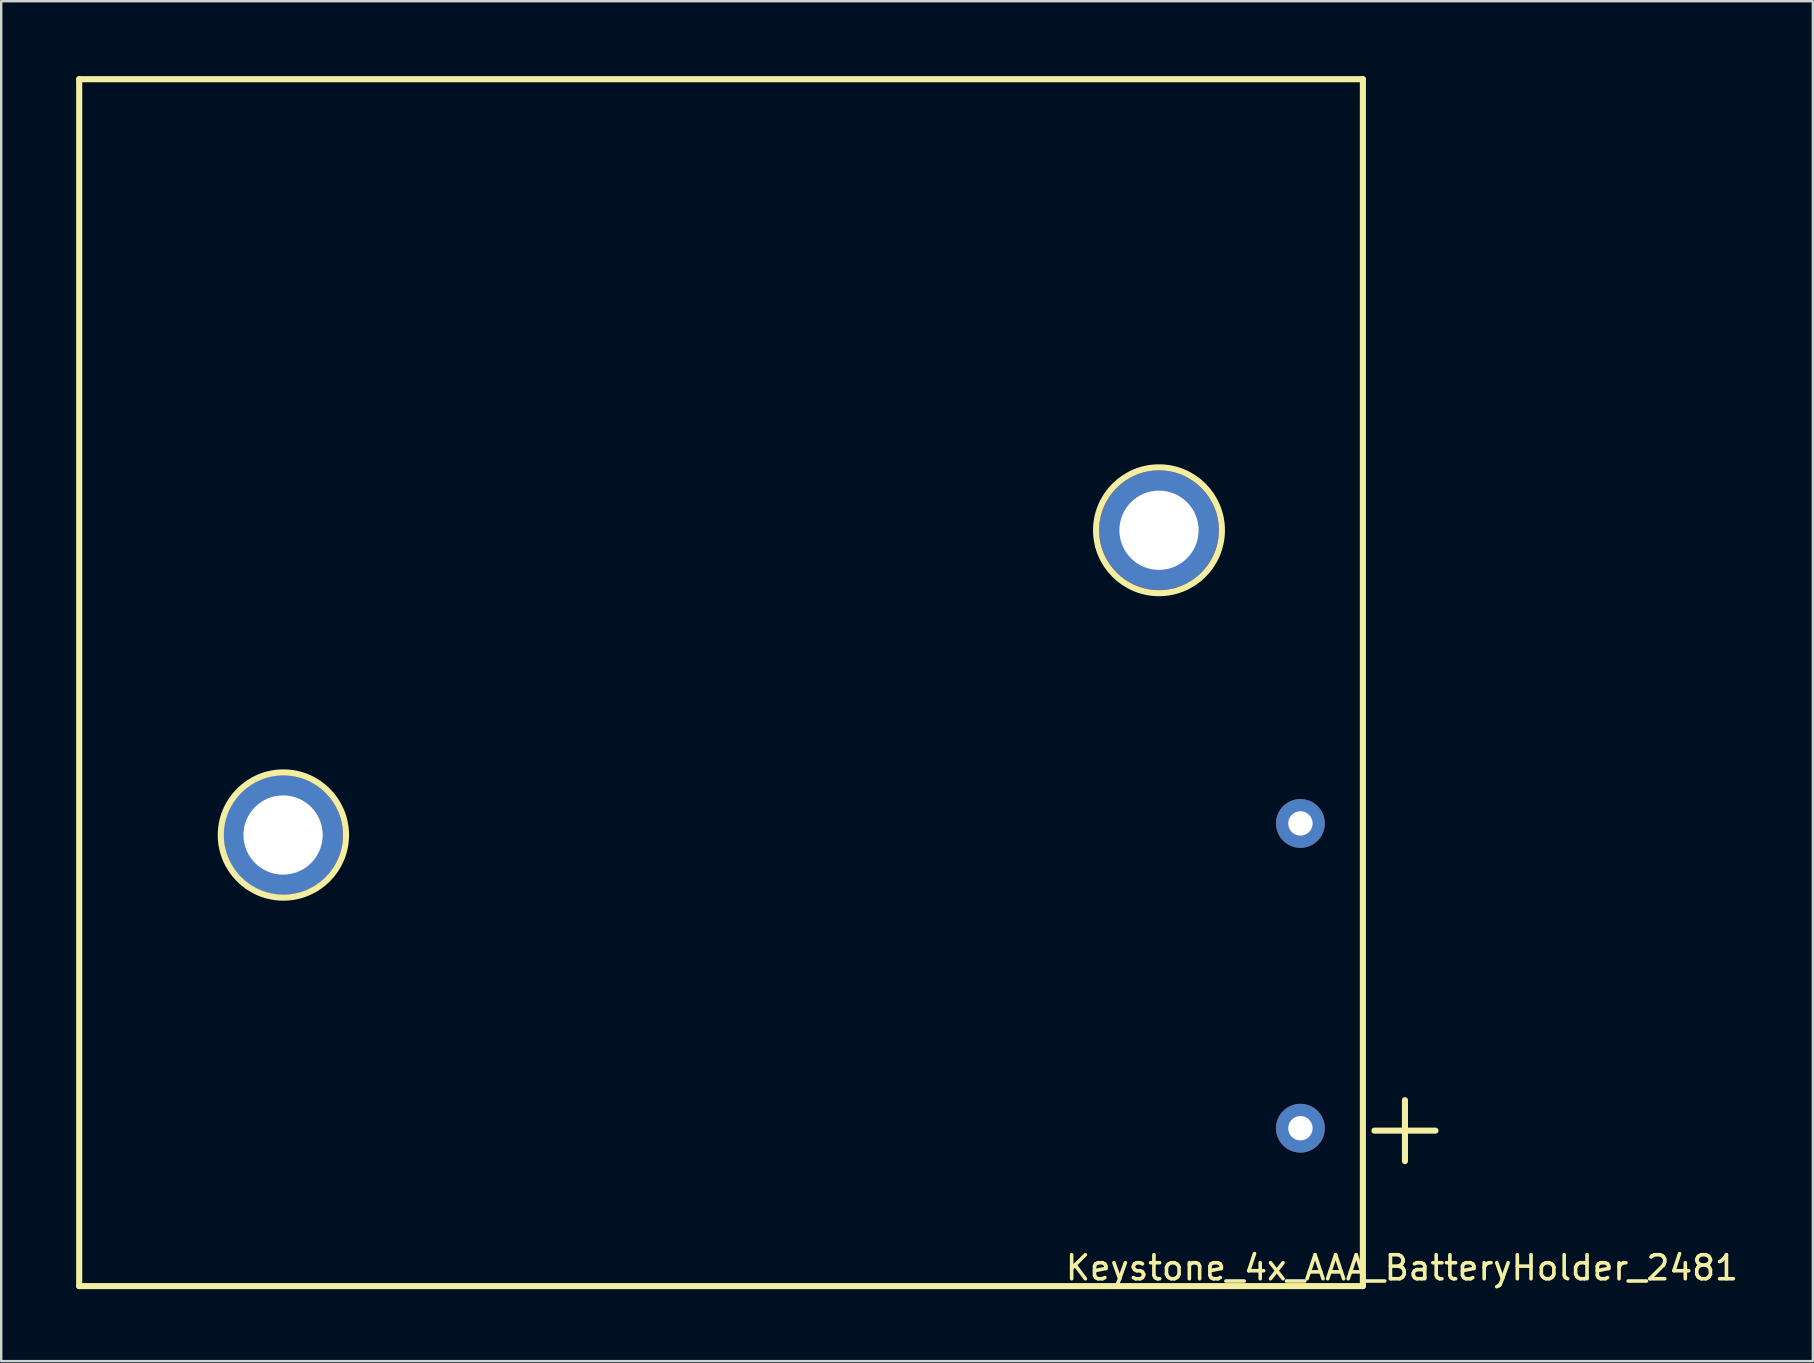
<source format=kicad_pcb>
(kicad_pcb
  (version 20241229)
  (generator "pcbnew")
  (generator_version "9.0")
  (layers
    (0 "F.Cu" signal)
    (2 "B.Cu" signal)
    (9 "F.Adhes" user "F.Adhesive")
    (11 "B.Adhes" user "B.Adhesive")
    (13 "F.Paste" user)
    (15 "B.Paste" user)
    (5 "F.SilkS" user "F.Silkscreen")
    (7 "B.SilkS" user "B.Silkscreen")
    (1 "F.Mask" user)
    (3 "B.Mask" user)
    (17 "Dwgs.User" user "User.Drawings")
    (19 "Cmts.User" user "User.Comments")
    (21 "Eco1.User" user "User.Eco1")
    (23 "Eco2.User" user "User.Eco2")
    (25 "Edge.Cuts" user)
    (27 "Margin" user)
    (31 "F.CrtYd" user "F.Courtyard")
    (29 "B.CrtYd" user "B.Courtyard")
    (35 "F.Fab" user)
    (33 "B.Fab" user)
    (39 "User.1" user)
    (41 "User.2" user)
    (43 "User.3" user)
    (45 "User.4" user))
  (footprint "Keystone_4x_AAA_BatteryHolder_2481"
    (layer "F.Cu")
    (at 0.25 0.25)
    (property "Reference" "Keystone_4x_AAA_BatteryHolder_2481" (at 55.118 49.53 0) (layer "F.SilkS") (effects (font (size 1 1) (thickness 0.15))))
    (attr through_hole)
    (fp_line (start 0 0) (end 53.492 0) (stroke (width 0.254) (type solid)) (layer "F.SilkS"))
    (fp_line (start 0 50.292) (end 0 0) (stroke (width 0.254) (type solid)) (layer "F.SilkS"))
    (fp_line (start 53.492 0) (end 53.492 50.292) (stroke (width 0.254) (type solid)) (layer "F.SilkS"))
    (fp_line (start 53.492 50.292) (end 0 50.292) (stroke (width 0.254) (type solid)) (layer "F.SilkS"))
    (fp_line (start 53.975 43.815) (end 56.515 43.815) (stroke (width 0.254) (type solid)) (layer "F.SilkS"))
    (fp_line (start 55.245 45.085) (end 55.245 42.545) (stroke (width 0.254) (type solid)) (layer "F.SilkS"))
    (fp_circle (center 8.509 31.496) (end 10.744 30.15) (stroke (width 0.254) (type solid)) (fill no) (layer "F.SilkS"))
    (fp_circle (center 44.996 18.796) (end 47.282 17.513) (stroke (width 0.254) (type solid)) (fill no) (layer "F.SilkS"))
    (pad "" np_thru_hole circle (at 8.496 31.496) (size 4.978 4.978) (drill 3.302) (layers "*.Cu" "*.Mask"))
    (pad "" np_thru_hole circle (at 44.996 18.796) (size 4.978 4.978) (drill 3.302) (layers "*.Cu" "*.Mask"))
    (pad "1" thru_hole circle (at 50.889 43.713) (size 2.032 2.032) (drill 1.016) (layers "*.Cu" "*.Mask"))
    (pad "2" thru_hole circle (at 50.889 31.013) (size 2.032 2.032) (drill 1.016) (layers "*.Cu" "*.Mask")))
  (gr_rect
    (start -3 -3)
    (end 72.493 53.669)
    (stroke (width 0.1) (type default))
    (fill no)
    (layer "Edge.Cuts")))
</source>
